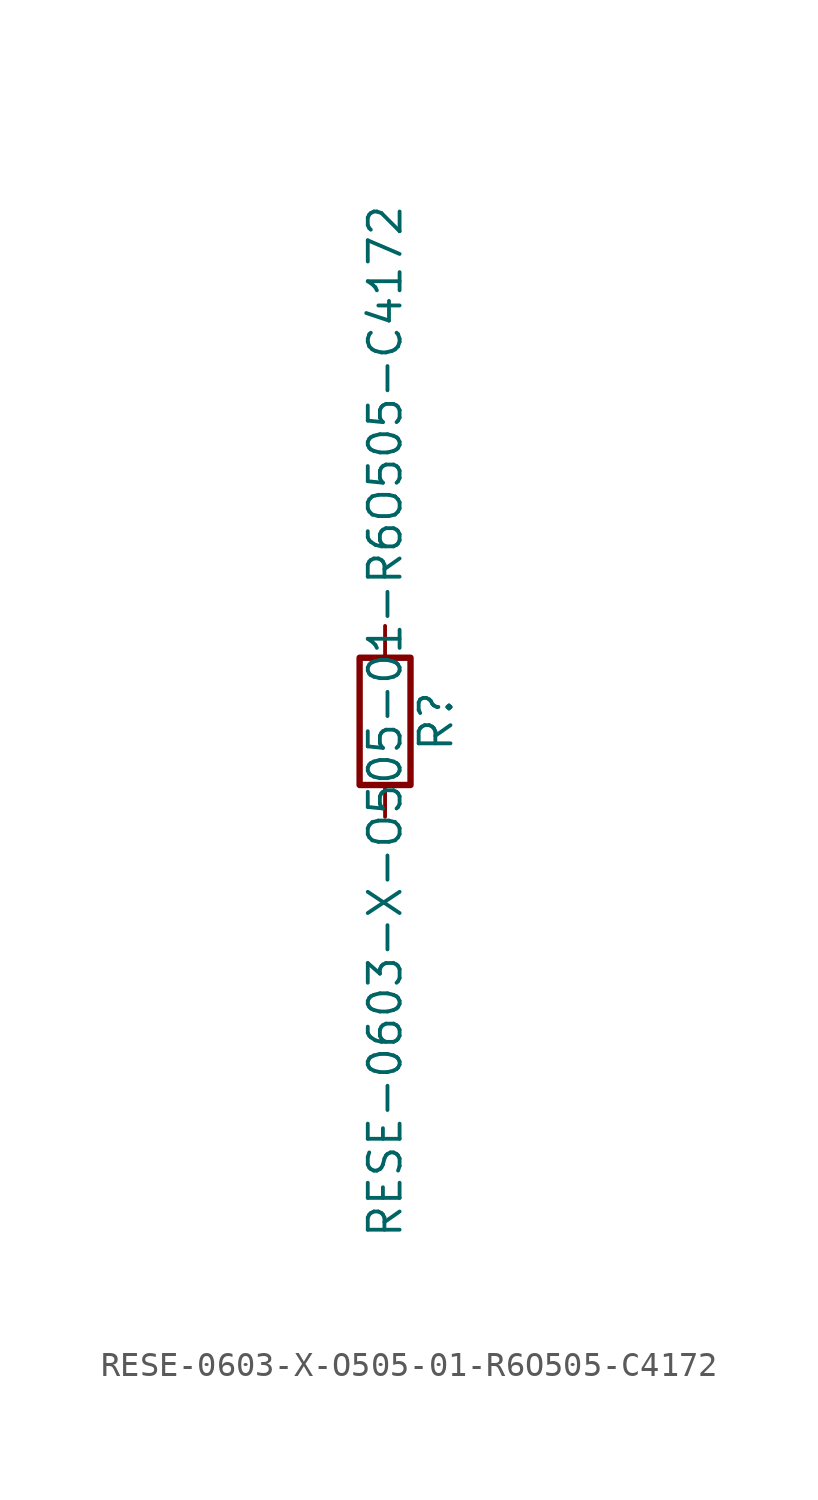
<source format=kicad_sym>
(kicad_symbol_lib
  (version 20211014)
  (generator kicad_symbol_editor)
  (symbol "RESE-0603-X-O505-01-R6O505-C4172"
    (pin_numbers hide)
    (pin_names
      (offset 0))
    (property "Reference" "R"
      (at 2.032 0 90)
      (effects (font (size 1.27 1.27))))
    (property "Value" "RESE-0603-X-O505-01-R6O505-C4172"
      (at 0 0 90)
      (effects (font (size 1.27 1.27))))
    (symbol "RESE-0603-X-O505-01-R6O505-C4172_0_1"
      (rectangle (start -1.016 -2.54) (end 1.016 2.54) (stroke (width 0.254) (type default) (color 0 0 0 0)) (fill (type none))))
    (symbol "RESE-0603-X-O505-01-R6O505-C4172_1_1"
      (pin passive line (at 0 3.81 270) (length 1.27) (name "~" (effects (font (size 1.27 1.27)))) (number "1" (effects (font (size 1.27 1.27)))))
      (pin passive line (at 0 -3.81 90) (length 1.27) (name "~" (effects (font (size 1.27 1.27)))) (number "2" (effects (font (size 1.27 1.27))))))))
</source>
